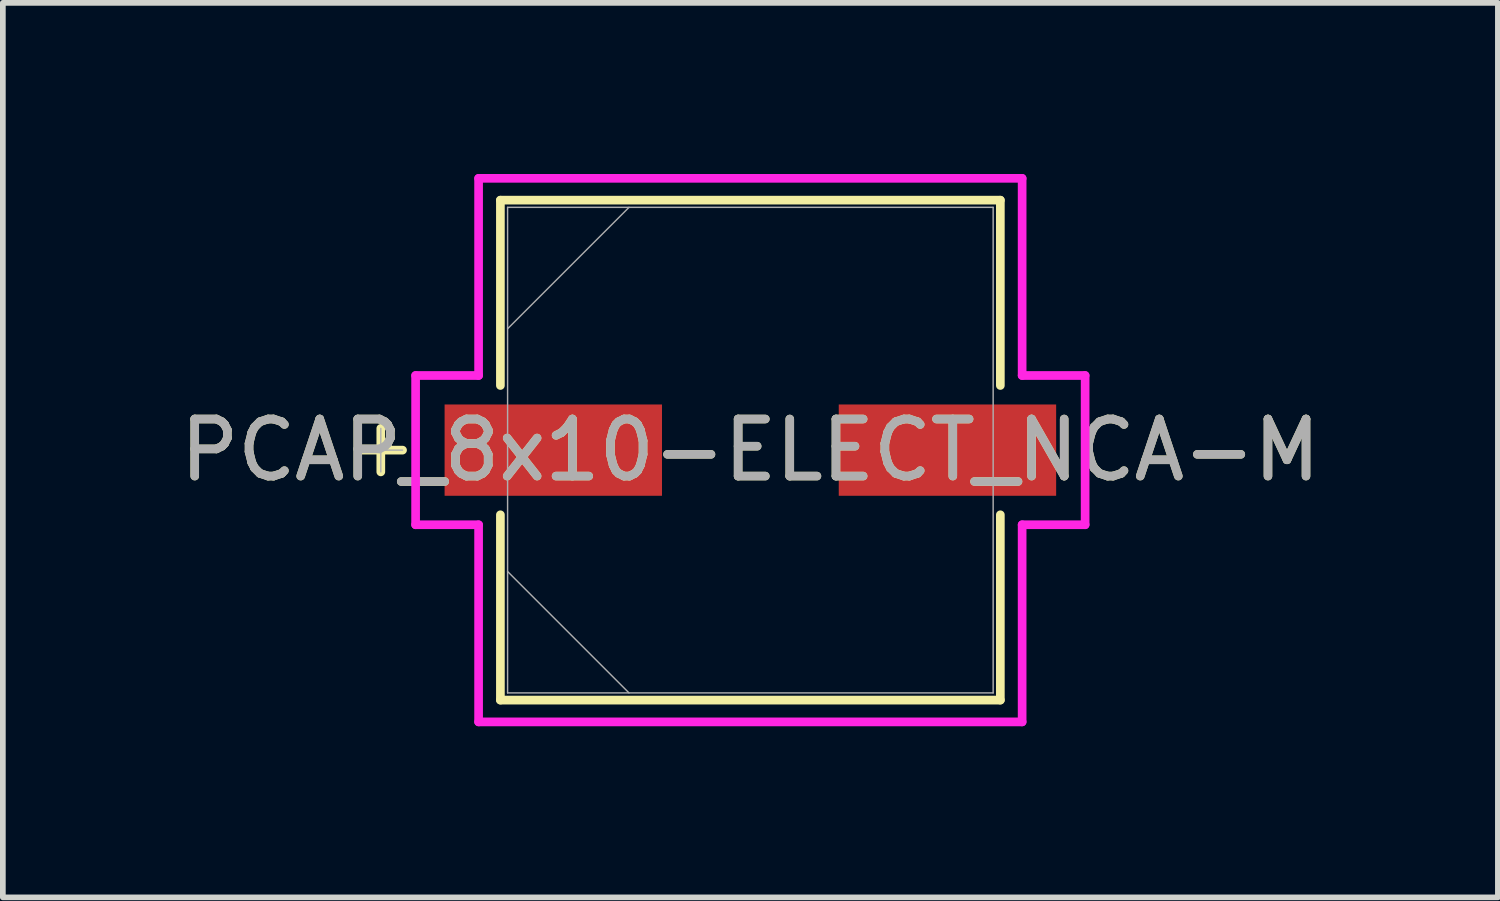
<source format=kicad_pcb>
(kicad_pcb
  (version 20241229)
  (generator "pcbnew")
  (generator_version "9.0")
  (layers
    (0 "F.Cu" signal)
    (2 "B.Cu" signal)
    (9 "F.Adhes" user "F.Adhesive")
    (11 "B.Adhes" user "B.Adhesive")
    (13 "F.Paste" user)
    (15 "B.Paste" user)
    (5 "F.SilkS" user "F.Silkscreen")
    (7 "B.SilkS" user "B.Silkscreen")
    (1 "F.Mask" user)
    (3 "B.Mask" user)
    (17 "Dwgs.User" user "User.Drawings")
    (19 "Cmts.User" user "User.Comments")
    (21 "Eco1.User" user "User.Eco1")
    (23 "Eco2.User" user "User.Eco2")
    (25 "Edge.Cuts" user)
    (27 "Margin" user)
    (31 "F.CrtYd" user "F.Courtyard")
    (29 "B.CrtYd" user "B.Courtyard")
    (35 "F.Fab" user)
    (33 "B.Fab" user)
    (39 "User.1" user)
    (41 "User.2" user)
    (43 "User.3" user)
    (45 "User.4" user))
  (footprint "PCAP_8x10-ELECT_NCA-M"
    (layer "F.Cu")
    (at 10.101 4.839)
    (property "Reference" "PCAP_8x10-ELECT_NCA-M" (at 0 0 0) (unlocked yes) (layer "F.SilkS") (effects (font (size 1 1) (thickness 0.15))))
    (attr smd)
    (fp_line (start -6.477 -0.381) (end -6.477 0.381) (stroke (width 0.152) (type solid)) (layer "F.SilkS"))
    (fp_line (start -6.096 0) (end -6.858 0) (stroke (width 0.152) (type solid)) (layer "F.SilkS"))
    (fp_line (start -4.381 -4.381) (end -4.381 -1.133) (stroke (width 0.152) (type solid)) (layer "F.SilkS"))
    (fp_line (start -4.381 1.133) (end -4.381 4.381) (stroke (width 0.152) (type solid)) (layer "F.SilkS"))
    (fp_line (start -4.381 4.381) (end 4.381 4.381) (stroke (width 0.152) (type solid)) (layer "F.SilkS"))
    (fp_line (start 4.381 -4.381) (end -4.381 -4.381) (stroke (width 0.152) (type solid)) (layer "F.SilkS"))
    (fp_line (start 4.381 -1.133) (end 4.381 -4.381) (stroke (width 0.152) (type solid)) (layer "F.SilkS"))
    (fp_line (start 4.381 4.381) (end 4.381 1.133) (stroke (width 0.152) (type solid)) (layer "F.SilkS"))
    (fp_line (start -5.867 -1.308) (end -4.763 -1.308) (stroke (width 0.152) (type solid)) (layer "F.CrtYd"))
    (fp_line (start -5.867 1.308) (end -5.867 -1.308) (stroke (width 0.152) (type solid)) (layer "F.CrtYd"))
    (fp_line (start -4.763 -4.763) (end 4.763 -4.763) (stroke (width 0.152) (type solid)) (layer "F.CrtYd"))
    (fp_line (start -4.763 -1.308) (end -4.763 -4.763) (stroke (width 0.152) (type solid)) (layer "F.CrtYd"))
    (fp_line (start -4.763 1.308) (end -5.867 1.308) (stroke (width 0.152) (type solid)) (layer "F.CrtYd"))
    (fp_line (start -4.763 4.763) (end -4.763 1.308) (stroke (width 0.152) (type solid)) (layer "F.CrtYd"))
    (fp_line (start 4.763 -4.763) (end 4.763 -1.308) (stroke (width 0.152) (type solid)) (layer "F.CrtYd"))
    (fp_line (start 4.763 -1.308) (end 5.867 -1.308) (stroke (width 0.152) (type solid)) (layer "F.CrtYd"))
    (fp_line (start 4.763 1.308) (end 4.763 4.763) (stroke (width 0.152) (type solid)) (layer "F.CrtYd"))
    (fp_line (start 4.763 4.763) (end -4.763 4.763) (stroke (width 0.152) (type solid)) (layer "F.CrtYd"))
    (fp_line (start 5.867 -1.308) (end 5.867 1.308) (stroke (width 0.152) (type solid)) (layer "F.CrtYd"))
    (fp_line (start 5.867 1.308) (end 4.763 1.308) (stroke (width 0.152) (type solid)) (layer "F.CrtYd"))
    (fp_line (start -6.477 -0.381) (end -6.477 0.381) (stroke (width 0.025) (type solid)) (layer "F.Fab"))
    (fp_line (start -6.096 0) (end -6.858 0) (stroke (width 0.025) (type solid)) (layer "F.Fab"))
    (fp_line (start -4.255 -4.255) (end -4.255 4.255) (stroke (width 0.025) (type solid)) (layer "F.Fab"))
    (fp_line (start -4.255 -2.127) (end -2.127 -4.255) (stroke (width 0.025) (type solid)) (layer "F.Fab"))
    (fp_line (start -4.255 2.127) (end -2.127 4.255) (stroke (width 0.025) (type solid)) (layer "F.Fab"))
    (fp_line (start -4.255 4.255) (end 4.255 4.255) (stroke (width 0.025) (type solid)) (layer "F.Fab"))
    (fp_line (start 4.255 -4.255) (end -4.255 -4.255) (stroke (width 0.025) (type solid)) (layer "F.Fab"))
    (fp_line (start 4.255 4.255) (end 4.255 -4.255) (stroke (width 0.025) (type solid)) (layer "F.Fab"))
    (fp_text user "${REFERENCE}" (at 0 0 0) (unlocked yes) (layer "F.Fab") (effects (font (size 1 1) (thickness 0.15))))
    (pad "1" smd rect (at -3.454 0) (size 3.81 1.6) (layers "F.Cu" "F.Mask" "F.Paste"))
    (pad "2" smd rect (at 3.454 0) (size 3.81 1.6) (layers "F.Cu" "F.Mask" "F.Paste"))
    (zone (net_name "") (layer "F.Cu") (hatch full 0.508) (connect_pads) (min_thickness 0.254) (filled_areas_thickness no) (keepout (tracks not_allowed) (vias not_allowed) (pads allowed) (copperpour not_allowed) (footprints allowed)) (placement (enabled no)) (fill) (polygon (pts (xy 5.897 0.635) (xy 14.305 0.635) (xy 14.305 3.988) (xy 5.897 3.988))))
    (zone (net_name "") (layer "F.Cu") (hatch full 0.508) (connect_pads) (min_thickness 0.254) (filled_areas_thickness no) (keepout (tracks not_allowed) (vias not_allowed) (pads allowed) (copperpour not_allowed) (footprints allowed)) (placement (enabled no)) (fill) (polygon (pts (xy 5.897 5.69) (xy 14.305 5.69) (xy 14.305 9.042) (xy 5.897 9.042))))
    (zone (net_name "") (layer "F.Cu") (hatch full 0.508) (connect_pads) (min_thickness 0.254) (filled_areas_thickness no) (keepout (tracks not_allowed) (vias not_allowed) (pads allowed) (copperpour not_allowed) (footprints allowed)) (placement (enabled no)) (fill) (polygon (pts (xy 8.603 3.988) (xy 11.6 3.988) (xy 11.6 5.69) (xy 8.603 5.69)))))
  (gr_rect
    (start -3 -3)
    (end 23.202 12.677)
    (stroke (width 0.1) (type default))
    (fill no)
    (layer "Edge.Cuts")))
</source>
